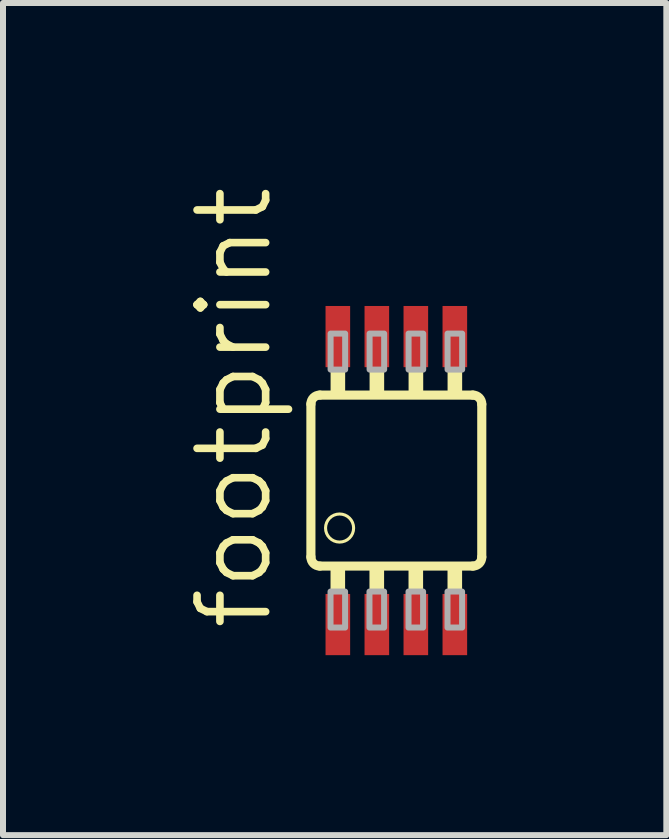
<source format=kicad_pcb>
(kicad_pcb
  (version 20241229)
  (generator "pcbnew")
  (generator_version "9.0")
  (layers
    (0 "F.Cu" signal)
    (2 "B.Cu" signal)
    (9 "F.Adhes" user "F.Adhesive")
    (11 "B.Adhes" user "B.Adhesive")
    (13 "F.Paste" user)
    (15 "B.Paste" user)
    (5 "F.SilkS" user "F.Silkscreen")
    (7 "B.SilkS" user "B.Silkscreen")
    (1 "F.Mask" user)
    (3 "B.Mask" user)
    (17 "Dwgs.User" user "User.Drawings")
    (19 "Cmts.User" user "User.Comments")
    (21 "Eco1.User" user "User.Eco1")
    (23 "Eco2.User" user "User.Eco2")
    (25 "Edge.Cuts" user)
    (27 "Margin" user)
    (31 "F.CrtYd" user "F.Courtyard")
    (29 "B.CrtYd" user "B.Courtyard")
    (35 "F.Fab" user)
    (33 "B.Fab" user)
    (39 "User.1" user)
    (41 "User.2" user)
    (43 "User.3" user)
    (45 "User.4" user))
  (footprint "footprint"
    (layer "F.Cu")
    (at 3.556 4.96)
    (property "Reference" "footprint" (at -2.032 2.54 90) (layer "F.SilkS") (effects (font (size 1.143 1.143) (thickness 0.127)) (justify left bottom)))
    (fp_line (start -1.424 1.274) (end -1.424 -1.276) (stroke (width 0.152) (type solid)) (layer "F.SilkS"))
    (fp_line (start -1.275 -1.425) (end 1.275 -1.425) (stroke (width 0.152) (type solid)) (layer "F.SilkS"))
    (fp_line (start 1.275 1.425) (end -1.275 1.425) (stroke (width 0.152) (type solid)) (layer "F.SilkS"))
    (fp_line (start 1.424 -1.274) (end 1.424 1.276) (stroke (width 0.152) (type solid)) (layer "F.SilkS"))
    (fp_arc (start -1.424 -1.276) (mid -1.380359 -1.381359) (end -1.275 -1.425) (stroke (width 0.1524) (type solid)) (layer "F.SilkS"))
    (fp_arc (start -1.275 1.425) (mid -1.380773 1.380359) (end -1.424 1.274) (stroke (width 0.1524) (type solid)) (layer "F.SilkS"))
    (fp_arc (start 1.275 -1.425) (mid 1.380773 -1.380359) (end 1.424 -1.274) (stroke (width 0.1524) (type solid)) (layer "F.SilkS"))
    (fp_arc (start 1.424 1.276) (mid 1.380359 1.381359) (end 1.275 1.425) (stroke (width 0.1524) (type solid)) (layer "F.SilkS"))
    (fp_circle (center -0.946 0.791) (end -0.712 0.791) (stroke (width 0.051) (type solid)) (fill no) (layer "F.SilkS"))
    (fp_poly (pts (xy -1.097 1.85) (xy -0.854 1.85) (xy -0.854 1.426) (xy -1.097 1.426)) (stroke (width 0) (type solid)) (fill yes) (layer "F.SilkS"))
    (fp_poly (pts (xy -0.853 -1.85) (xy -1.096 -1.85) (xy -1.096 -1.426) (xy -0.853 -1.426)) (stroke (width 0) (type solid)) (fill yes) (layer "F.SilkS"))
    (fp_poly (pts (xy -0.448 1.85) (xy -0.204 1.85) (xy -0.204 1.426) (xy -0.448 1.426)) (stroke (width 0) (type solid)) (fill yes) (layer "F.SilkS"))
    (fp_poly (pts (xy -0.203 -1.85) (xy -0.446 -1.85) (xy -0.446 -1.426) (xy -0.203 -1.426)) (stroke (width 0) (type solid)) (fill yes) (layer "F.SilkS"))
    (fp_poly (pts (xy 0.203 1.85) (xy 0.446 1.85) (xy 0.446 1.426) (xy 0.203 1.426)) (stroke (width 0) (type solid)) (fill yes) (layer "F.SilkS"))
    (fp_poly (pts (xy 0.448 -1.85) (xy 0.204 -1.85) (xy 0.204 -1.426) (xy 0.448 -1.426)) (stroke (width 0) (type solid)) (fill yes) (layer "F.SilkS"))
    (fp_poly (pts (xy 0.853 1.85) (xy 1.096 1.85) (xy 1.096 1.426) (xy 0.853 1.426)) (stroke (width 0) (type solid)) (fill yes) (layer "F.SilkS"))
    (fp_poly (pts (xy 1.097 -1.85) (xy 0.854 -1.85) (xy 0.854 -1.426) (xy 1.097 -1.426)) (stroke (width 0) (type solid)) (fill yes) (layer "F.SilkS"))
    (fp_poly (pts (xy -1.097 2.45) (xy -0.854 2.45) (xy -0.854 1.85) (xy -1.097 1.85)) (stroke (width 0.1) (type solid)) (fill no) (layer "F.Fab"))
    (fp_poly (pts (xy -0.853 -2.45) (xy -1.096 -2.45) (xy -1.096 -1.85) (xy -0.853 -1.85)) (stroke (width 0.1) (type solid)) (fill no) (layer "F.Fab"))
    (fp_poly (pts (xy -0.448 2.45) (xy -0.204 2.45) (xy -0.204 1.85) (xy -0.448 1.85)) (stroke (width 0.1) (type solid)) (fill no) (layer "F.Fab"))
    (fp_poly (pts (xy -0.203 -2.45) (xy -0.446 -2.45) (xy -0.446 -1.85) (xy -0.203 -1.85)) (stroke (width 0.1) (type solid)) (fill no) (layer "F.Fab"))
    (fp_poly (pts (xy 0.203 2.45) (xy 0.446 2.45) (xy 0.446 1.85) (xy 0.203 1.85)) (stroke (width 0.1) (type solid)) (fill no) (layer "F.Fab"))
    (fp_poly (pts (xy 0.448 -2.45) (xy 0.204 -2.45) (xy 0.204 -1.85) (xy 0.448 -1.85)) (stroke (width 0.1) (type solid)) (fill no) (layer "F.Fab"))
    (fp_poly (pts (xy 0.853 2.45) (xy 1.096 2.45) (xy 1.096 1.85) (xy 0.853 1.85)) (stroke (width 0.1) (type solid)) (fill no) (layer "F.Fab"))
    (fp_poly (pts (xy 1.097 -2.45) (xy 0.854 -2.45) (xy 0.854 -1.85) (xy 1.097 -1.85)) (stroke (width 0.1) (type solid)) (fill no) (layer "F.Fab"))
    (pad "1" smd rect (at -0.975 2.4) (size 0.41 1.02) (layers "F.Cu" "F.Mask" "F.Paste"))
    (pad "2" smd rect (at -0.325 2.4) (size 0.41 1.02) (layers "F.Cu" "F.Mask" "F.Paste"))
    (pad "3" smd rect (at 0.325 2.4) (size 0.41 1.02) (layers "F.Cu" "F.Mask" "F.Paste"))
    (pad "4" smd rect (at 0.975 2.4) (size 0.41 1.02) (layers "F.Cu" "F.Mask" "F.Paste"))
    (pad "5" smd rect (at 0.975 -2.4) (size 0.41 1.02) (layers "F.Cu" "F.Mask" "F.Paste"))
    (pad "6" smd rect (at 0.325 -2.4) (size 0.41 1.02) (layers "F.Cu" "F.Mask" "F.Paste"))
    (pad "7" smd rect (at -0.325 -2.4) (size 0.41 1.02) (layers "F.Cu" "F.Mask" "F.Paste"))
    (pad "8" smd rect (at -0.975 -2.4) (size 0.41 1.02) (layers "F.Cu" "F.Mask" "F.Paste")))
  (gr_rect
    (start -3 -3)
    (end 8.056 10.87)
    (stroke (width 0.1) (type default))
    (fill no)
    (layer "Edge.Cuts")))
</source>
